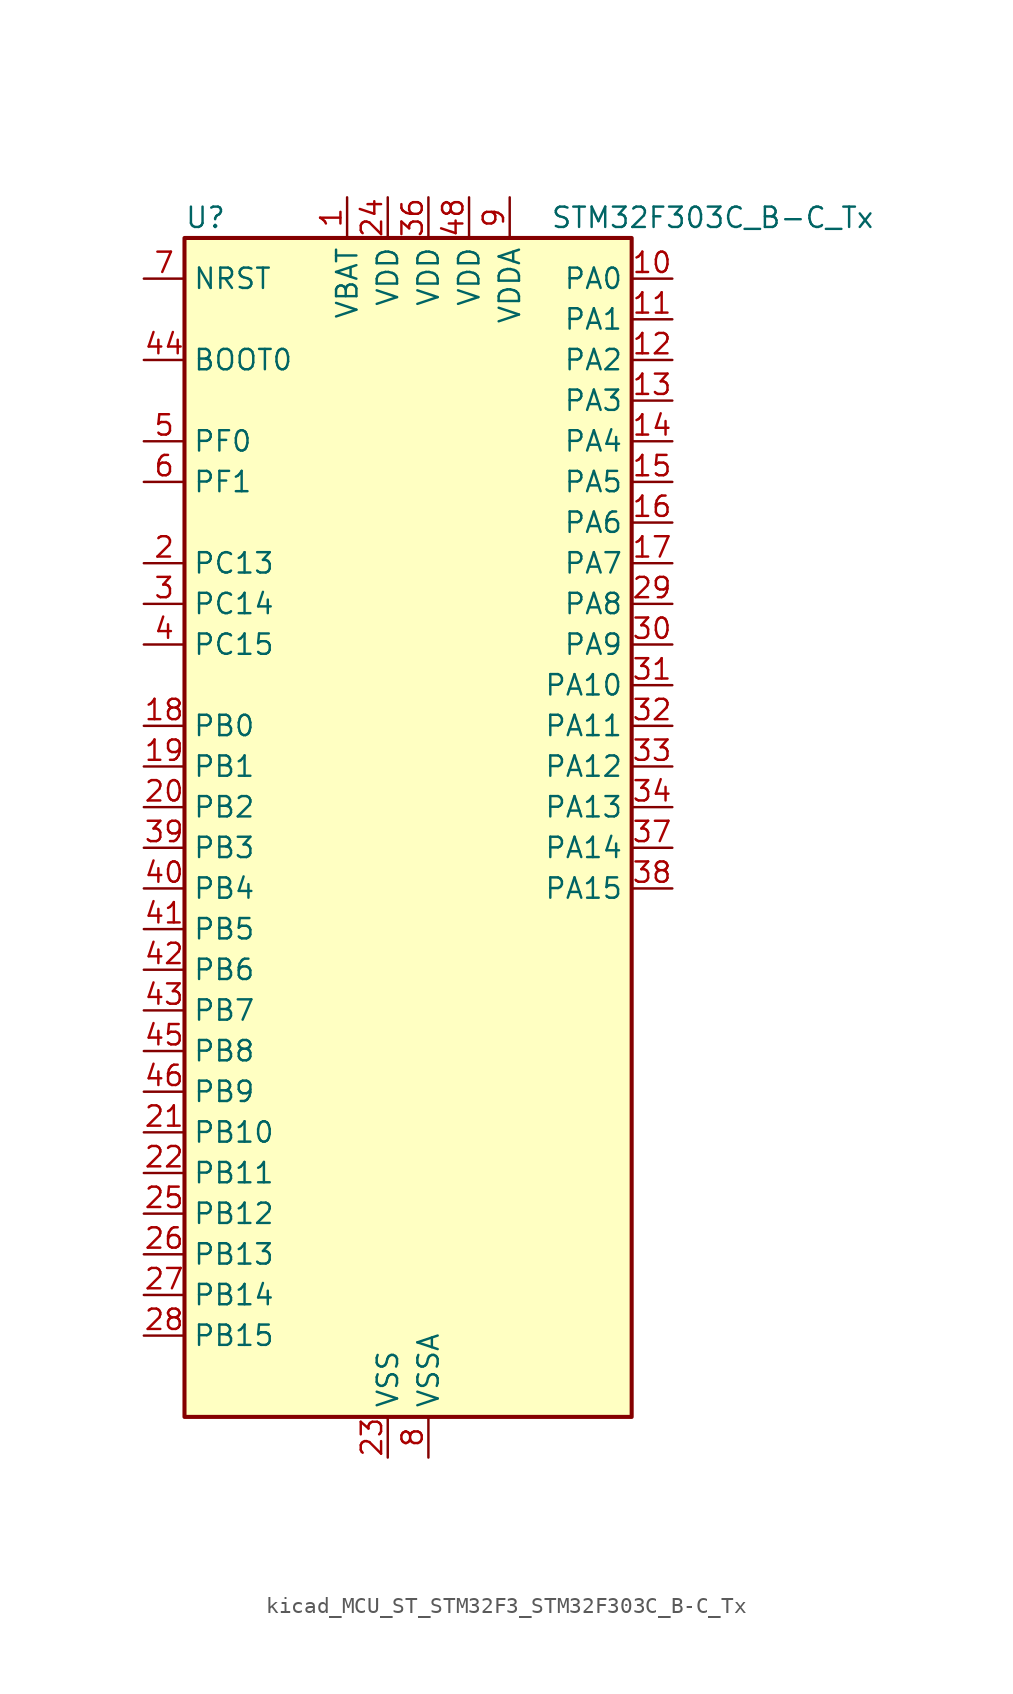
<source format=kicad_sym>
(kicad_symbol_lib
  (version 20220914)
  (generator kicad_symbol_editor)
  (symbol "kicad_MCU_ST_STM32F3_STM32F303C_B-C_Tx"
    (property "Reference" "U"
      (at -12.7 39.37 0)
      (effects (font (size 1.27 1.27)) (justify left)))
    (property "Value" "STM32F303C_B-C_Tx"
      (at 10.16 39.37 0)
      (effects (font (size 1.27 1.27)) (justify left)))
    (property "ki_locked" ""
      (at 0 0 0)
      (effects (font (size 1.27 1.27))))
    (symbol "kicad_MCU_ST_STM32F3_STM32F303C_B-C_Tx_0_1"
      (rectangle (start -12.7 -35.56) (end 15.24 38.1) (stroke (width 0.254) (type default)) (fill (type background))))
    (symbol "kicad_MCU_ST_STM32F3_STM32F303C_B-C_Tx_1_1"
      (pin power_in line (at -2.54 40.64 270) (length 2.54) (name "VBAT" (effects (font (size 1.27 1.27)))) (number "1" (effects (font (size 1.27 1.27)))))
      (pin bidirectional line (at 17.78 35.56 180) (length 2.54) (name "PA0" (effects (font (size 1.27 1.27)))) (number "10" (effects (font (size 1.27 1.27)))) (alternate "ADC1_IN1" bidirectional line) (alternate "COMP1_INM" bidirectional line) (alternate "COMP1_OUT" bidirectional line) (alternate "COMP7_INP" bidirectional line) (alternate "RTC_TAMP2" bidirectional line) (alternate "SYS_WKUP1" bidirectional line) (alternate "TIM2_CH1" bidirectional line) (alternate "TIM2_ETR" bidirectional line) (alternate "TIM8_BKIN" bidirectional line) (alternate "TIM8_ETR" bidirectional line) (alternate "TSC_G1_IO1" bidirectional line) (alternate "USART2_CTS" bidirectional line))
      (pin bidirectional line (at 17.78 33.02 180) (length 2.54) (name "PA1" (effects (font (size 1.27 1.27)))) (number "11" (effects (font (size 1.27 1.27)))) (alternate "ADC1_IN2" bidirectional line) (alternate "COMP1_INP" bidirectional line) (alternate "OPAMP1_VINP" bidirectional line) (alternate "OPAMP1_VINP_SEC" bidirectional line) (alternate "OPAMP3_VINP" bidirectional line) (alternate "OPAMP3_VINP_SEC" bidirectional line) (alternate "RTC_REFIN" bidirectional line) (alternate "TIM15_CH1N" bidirectional line) (alternate "TIM2_CH2" bidirectional line) (alternate "TSC_G1_IO2" bidirectional line) (alternate "USART2_DE" bidirectional line) (alternate "USART2_RTS" bidirectional line))
      (pin bidirectional line (at 17.78 30.48 180) (length 2.54) (name "PA2" (effects (font (size 1.27 1.27)))) (number "12" (effects (font (size 1.27 1.27)))) (alternate "ADC1_IN3" bidirectional line) (alternate "ADC3_EXTI2" bidirectional line) (alternate "ADC4_EXTI2" bidirectional line) (alternate "COMP2_INM" bidirectional line) (alternate "COMP2_OUT" bidirectional line) (alternate "OPAMP1_VOUT" bidirectional line) (alternate "TIM15_CH1" bidirectional line) (alternate "TIM2_CH3" bidirectional line) (alternate "TSC_G1_IO3" bidirectional line) (alternate "USART2_TX" bidirectional line))
      (pin bidirectional line (at 17.78 27.94 180) (length 2.54) (name "PA3" (effects (font (size 1.27 1.27)))) (number "13" (effects (font (size 1.27 1.27)))) (alternate "ADC1_IN4" bidirectional line) (alternate "COMP2_INP" bidirectional line) (alternate "OPAMP1_VINM" bidirectional line) (alternate "OPAMP1_VINM_SEC" bidirectional line) (alternate "OPAMP1_VINP" bidirectional line) (alternate "OPAMP1_VINP_SEC" bidirectional line) (alternate "TIM15_CH2" bidirectional line) (alternate "TIM2_CH4" bidirectional line) (alternate "TSC_G1_IO4" bidirectional line) (alternate "USART2_RX" bidirectional line))
      (pin bidirectional line (at 17.78 25.4 180) (length 2.54) (name "PA4" (effects (font (size 1.27 1.27)))) (number "14" (effects (font (size 1.27 1.27)))) (alternate "ADC2_IN1" bidirectional line) (alternate "COMP1_INM" bidirectional line) (alternate "COMP2_INM" bidirectional line) (alternate "COMP3_INM" bidirectional line) (alternate "COMP4_INM" bidirectional line) (alternate "COMP5_INM" bidirectional line) (alternate "COMP6_INM" bidirectional line) (alternate "COMP7_INM" bidirectional line) (alternate "DAC_OUT1" bidirectional line) (alternate "I2S3_WS" bidirectional line) (alternate "OPAMP4_VINP" bidirectional line) (alternate "OPAMP4_VINP_SEC" bidirectional line) (alternate "SPI1_NSS" bidirectional line) (alternate "SPI3_NSS" bidirectional line) (alternate "TIM3_CH2" bidirectional line) (alternate "TSC_G2_IO1" bidirectional line) (alternate "USART2_CK" bidirectional line))
      (pin bidirectional line (at 17.78 22.86 180) (length 2.54) (name "PA5" (effects (font (size 1.27 1.27)))) (number "15" (effects (font (size 1.27 1.27)))) (alternate "ADC2_IN2" bidirectional line) (alternate "COMP1_INM" bidirectional line) (alternate "COMP2_INM" bidirectional line) (alternate "COMP3_INM" bidirectional line) (alternate "COMP4_INM" bidirectional line) (alternate "COMP5_INM" bidirectional line) (alternate "COMP6_INM" bidirectional line) (alternate "COMP7_INM" bidirectional line) (alternate "DAC_OUT2" bidirectional line) (alternate "OPAMP1_VINP" bidirectional line) (alternate "OPAMP1_VINP_SEC" bidirectional line) (alternate "OPAMP2_VINM" bidirectional line) (alternate "OPAMP2_VINM_SEC" bidirectional line) (alternate "OPAMP3_VINP" bidirectional line) (alternate "OPAMP3_VINP_SEC" bidirectional line) (alternate "SPI1_SCK" bidirectional line) (alternate "TIM2_CH1" bidirectional line) (alternate "TIM2_ETR" bidirectional line) (alternate "TSC_G2_IO2" bidirectional line))
      (pin bidirectional line (at 17.78 20.32 180) (length 2.54) (name "PA6" (effects (font (size 1.27 1.27)))) (number "16" (effects (font (size 1.27 1.27)))) (alternate "ADC2_IN3" bidirectional line) (alternate "COMP1_OUT" bidirectional line) (alternate "OPAMP2_VOUT" bidirectional line) (alternate "SPI1_MISO" bidirectional line) (alternate "TIM16_CH1" bidirectional line) (alternate "TIM1_BKIN" bidirectional line) (alternate "TIM3_CH1" bidirectional line) (alternate "TIM8_BKIN" bidirectional line) (alternate "TSC_G2_IO3" bidirectional line))
      (pin bidirectional line (at 17.78 17.78 180) (length 2.54) (name "PA7" (effects (font (size 1.27 1.27)))) (number "17" (effects (font (size 1.27 1.27)))) (alternate "ADC2_IN4" bidirectional line) (alternate "COMP2_INP" bidirectional line) (alternate "COMP2_OUT" bidirectional line) (alternate "OPAMP1_VINP" bidirectional line) (alternate "OPAMP1_VINP_SEC" bidirectional line) (alternate "OPAMP2_VINP" bidirectional line) (alternate "OPAMP2_VINP_SEC" bidirectional line) (alternate "SPI1_MOSI" bidirectional line) (alternate "TIM17_CH1" bidirectional line) (alternate "TIM1_CH1N" bidirectional line) (alternate "TIM3_CH2" bidirectional line) (alternate "TIM8_CH1N" bidirectional line) (alternate "TSC_G2_IO4" bidirectional line))
      (pin bidirectional line (at -15.24 7.62 0) (length 2.54) (name "PB0" (effects (font (size 1.27 1.27)))) (number "18" (effects (font (size 1.27 1.27)))) (alternate "ADC3_IN12" bidirectional line) (alternate "COMP4_INP" bidirectional line) (alternate "OPAMP2_VINP" bidirectional line) (alternate "OPAMP2_VINP_SEC" bidirectional line) (alternate "OPAMP3_VINP" bidirectional line) (alternate "OPAMP3_VINP_SEC" bidirectional line) (alternate "TIM1_CH2N" bidirectional line) (alternate "TIM3_CH3" bidirectional line) (alternate "TIM8_CH2N" bidirectional line) (alternate "TSC_G3_IO2" bidirectional line))
      (pin bidirectional line (at -15.24 5.08 0) (length 2.54) (name "PB1" (effects (font (size 1.27 1.27)))) (number "19" (effects (font (size 1.27 1.27)))) (alternate "ADC3_IN1" bidirectional line) (alternate "COMP4_OUT" bidirectional line) (alternate "OPAMP3_VOUT" bidirectional line) (alternate "TIM1_CH3N" bidirectional line) (alternate "TIM3_CH4" bidirectional line) (alternate "TIM8_CH3N" bidirectional line) (alternate "TSC_G3_IO3" bidirectional line))
      (pin bidirectional line (at -15.24 17.78 0) (length 2.54) (name "PC13" (effects (font (size 1.27 1.27)))) (number "2" (effects (font (size 1.27 1.27)))) (alternate "RTC_OUT_ALARM" bidirectional line) (alternate "RTC_OUT_CALIB" bidirectional line) (alternate "RTC_TAMP1" bidirectional line) (alternate "RTC_TS" bidirectional line) (alternate "SYS_WKUP2" bidirectional line) (alternate "TIM1_CH1N" bidirectional line))
      (pin bidirectional line (at -15.24 2.54 0) (length 2.54) (name "PB2" (effects (font (size 1.27 1.27)))) (number "20" (effects (font (size 1.27 1.27)))) (alternate "ADC2_IN12" bidirectional line) (alternate "ADC3_EXTI2" bidirectional line) (alternate "ADC4_EXTI2" bidirectional line) (alternate "COMP4_INM" bidirectional line) (alternate "OPAMP3_VINM" bidirectional line) (alternate "OPAMP3_VINM_SEC" bidirectional line) (alternate "TSC_G3_IO4" bidirectional line))
      (pin bidirectional line (at -15.24 -17.78 0) (length 2.54) (name "PB10" (effects (font (size 1.27 1.27)))) (number "21" (effects (font (size 1.27 1.27)))) (alternate "COMP5_INM" bidirectional line) (alternate "OPAMP3_VINM" bidirectional line) (alternate "OPAMP3_VINM_SEC" bidirectional line) (alternate "OPAMP4_VINM" bidirectional line) (alternate "OPAMP4_VINM_SEC" bidirectional line) (alternate "TIM2_CH3" bidirectional line) (alternate "TSC_SYNC" bidirectional line) (alternate "USART3_TX" bidirectional line))
      (pin bidirectional line (at -15.24 -20.32 0) (length 2.54) (name "PB11" (effects (font (size 1.27 1.27)))) (number "22" (effects (font (size 1.27 1.27)))) (alternate "ADC1_EXTI11" bidirectional line) (alternate "ADC2_EXTI11" bidirectional line) (alternate "COMP6_INP" bidirectional line) (alternate "OPAMP4_VINP" bidirectional line) (alternate "OPAMP4_VINP_SEC" bidirectional line) (alternate "TIM2_CH4" bidirectional line) (alternate "TSC_G6_IO1" bidirectional line) (alternate "USART3_RX" bidirectional line))
      (pin power_in line (at 0 -38.1 90) (length 2.54) (name "VSS" (effects (font (size 1.27 1.27)))) (number "23" (effects (font (size 1.27 1.27)))))
      (pin power_in line (at 0 40.64 270) (length 2.54) (name "VDD" (effects (font (size 1.27 1.27)))) (number "24" (effects (font (size 1.27 1.27)))))
      (pin bidirectional line (at -15.24 -22.86 0) (length 2.54) (name "PB12" (effects (font (size 1.27 1.27)))) (number "25" (effects (font (size 1.27 1.27)))) (alternate "ADC4_IN3" bidirectional line) (alternate "COMP3_INM" bidirectional line) (alternate "I2C2_SMBA" bidirectional line) (alternate "I2S2_WS" bidirectional line) (alternate "OPAMP4_VOUT" bidirectional line) (alternate "SPI2_NSS" bidirectional line) (alternate "TIM1_BKIN" bidirectional line) (alternate "TSC_G6_IO2" bidirectional line) (alternate "USART3_CK" bidirectional line))
      (pin bidirectional line (at -15.24 -25.4 0) (length 2.54) (name "PB13" (effects (font (size 1.27 1.27)))) (number "26" (effects (font (size 1.27 1.27)))) (alternate "ADC3_IN5" bidirectional line) (alternate "COMP5_INP" bidirectional line) (alternate "I2S2_CK" bidirectional line) (alternate "OPAMP3_VINP" bidirectional line) (alternate "OPAMP3_VINP_SEC" bidirectional line) (alternate "OPAMP4_VINP" bidirectional line) (alternate "OPAMP4_VINP_SEC" bidirectional line) (alternate "SPI2_SCK" bidirectional line) (alternate "TIM1_CH1N" bidirectional line) (alternate "TSC_G6_IO3" bidirectional line) (alternate "USART3_CTS" bidirectional line))
      (pin bidirectional line (at -15.24 -27.94 0) (length 2.54) (name "PB14" (effects (font (size 1.27 1.27)))) (number "27" (effects (font (size 1.27 1.27)))) (alternate "ADC4_IN4" bidirectional line) (alternate "COMP3_INP" bidirectional line) (alternate "I2S2_ext_SD" bidirectional line) (alternate "OPAMP2_VINP" bidirectional line) (alternate "OPAMP2_VINP_SEC" bidirectional line) (alternate "SPI2_MISO" bidirectional line) (alternate "TIM15_CH1" bidirectional line) (alternate "TIM1_CH2N" bidirectional line) (alternate "TSC_G6_IO4" bidirectional line) (alternate "USART3_DE" bidirectional line) (alternate "USART3_RTS" bidirectional line))
      (pin bidirectional line (at -15.24 -30.48 0) (length 2.54) (name "PB15" (effects (font (size 1.27 1.27)))) (number "28" (effects (font (size 1.27 1.27)))) (alternate "ADC1_EXTI15" bidirectional line) (alternate "ADC2_EXTI15" bidirectional line) (alternate "ADC4_IN5" bidirectional line) (alternate "COMP6_INM" bidirectional line) (alternate "I2S2_SD" bidirectional line) (alternate "RTC_REFIN" bidirectional line) (alternate "SPI2_MOSI" bidirectional line) (alternate "TIM15_CH1N" bidirectional line) (alternate "TIM15_CH2" bidirectional line) (alternate "TIM1_CH3N" bidirectional line))
      (pin bidirectional line (at 17.78 15.24 180) (length 2.54) (name "PA8" (effects (font (size 1.27 1.27)))) (number "29" (effects (font (size 1.27 1.27)))) (alternate "COMP3_OUT" bidirectional line) (alternate "I2C2_SMBA" bidirectional line) (alternate "I2S2_MCK" bidirectional line) (alternate "RCC_MCO" bidirectional line) (alternate "TIM1_CH1" bidirectional line) (alternate "TIM4_ETR" bidirectional line) (alternate "USART1_CK" bidirectional line))
      (pin bidirectional line (at -15.24 15.24 0) (length 2.54) (name "PC14" (effects (font (size 1.27 1.27)))) (number "3" (effects (font (size 1.27 1.27)))) (alternate "RCC_OSC32_IN" bidirectional line))
      (pin bidirectional line (at 17.78 12.7 180) (length 2.54) (name "PA9" (effects (font (size 1.27 1.27)))) (number "30" (effects (font (size 1.27 1.27)))) (alternate "COMP5_OUT" bidirectional line) (alternate "DAC_EXTI9" bidirectional line) (alternate "I2C2_SCL" bidirectional line) (alternate "I2S3_MCK" bidirectional line) (alternate "TIM15_BKIN" bidirectional line) (alternate "TIM1_CH2" bidirectional line) (alternate "TIM2_CH3" bidirectional line) (alternate "TSC_G4_IO1" bidirectional line) (alternate "USART1_TX" bidirectional line))
      (pin bidirectional line (at 17.78 10.16 180) (length 2.54) (name "PA10" (effects (font (size 1.27 1.27)))) (number "31" (effects (font (size 1.27 1.27)))) (alternate "COMP6_OUT" bidirectional line) (alternate "I2C2_SDA" bidirectional line) (alternate "TIM17_BKIN" bidirectional line) (alternate "TIM1_CH3" bidirectional line) (alternate "TIM2_CH4" bidirectional line) (alternate "TIM8_BKIN" bidirectional line) (alternate "TSC_G4_IO2" bidirectional line) (alternate "USART1_RX" bidirectional line))
      (pin bidirectional line (at 17.78 7.62 180) (length 2.54) (name "PA11" (effects (font (size 1.27 1.27)))) (number "32" (effects (font (size 1.27 1.27)))) (alternate "ADC1_EXTI11" bidirectional line) (alternate "ADC2_EXTI11" bidirectional line) (alternate "CAN_RX" bidirectional line) (alternate "COMP1_OUT" bidirectional line) (alternate "TIM1_BKIN2" bidirectional line) (alternate "TIM1_CH1N" bidirectional line) (alternate "TIM1_CH4" bidirectional line) (alternate "TIM4_CH1" bidirectional line) (alternate "USART1_CTS" bidirectional line) (alternate "USB_DM" bidirectional line))
      (pin bidirectional line (at 17.78 5.08 180) (length 2.54) (name "PA12" (effects (font (size 1.27 1.27)))) (number "33" (effects (font (size 1.27 1.27)))) (alternate "CAN_TX" bidirectional line) (alternate "COMP2_OUT" bidirectional line) (alternate "TIM16_CH1" bidirectional line) (alternate "TIM1_CH2N" bidirectional line) (alternate "TIM1_ETR" bidirectional line) (alternate "TIM4_CH2" bidirectional line) (alternate "USART1_DE" bidirectional line) (alternate "USART1_RTS" bidirectional line) (alternate "USB_DP" bidirectional line))
      (pin bidirectional line (at 17.78 2.54 180) (length 2.54) (name "PA13" (effects (font (size 1.27 1.27)))) (number "34" (effects (font (size 1.27 1.27)))) (alternate "IR_OUT" bidirectional line) (alternate "SYS_JTMS-SWDIO" bidirectional line) (alternate "TIM16_CH1N" bidirectional line) (alternate "TIM4_CH3" bidirectional line) (alternate "TSC_G4_IO3" bidirectional line) (alternate "USART3_CTS" bidirectional line))
      (pin passive line (at 0 -38.1 90) (length 2.54) hide (name "VSS" (effects (font (size 1.27 1.27)))) (number "35" (effects (font (size 1.27 1.27)))))
      (pin power_in line (at 2.54 40.64 270) (length 2.54) (name "VDD" (effects (font (size 1.27 1.27)))) (number "36" (effects (font (size 1.27 1.27)))))
      (pin bidirectional line (at 17.78 0 180) (length 2.54) (name "PA14" (effects (font (size 1.27 1.27)))) (number "37" (effects (font (size 1.27 1.27)))) (alternate "I2C1_SDA" bidirectional line) (alternate "SYS_JTCK-SWCLK" bidirectional line) (alternate "TIM1_BKIN" bidirectional line) (alternate "TIM8_CH2" bidirectional line) (alternate "TSC_G4_IO4" bidirectional line) (alternate "USART2_TX" bidirectional line))
      (pin bidirectional line (at 17.78 -2.54 180) (length 2.54) (name "PA15" (effects (font (size 1.27 1.27)))) (number "38" (effects (font (size 1.27 1.27)))) (alternate "ADC1_EXTI15" bidirectional line) (alternate "ADC2_EXTI15" bidirectional line) (alternate "I2C1_SCL" bidirectional line) (alternate "I2S3_WS" bidirectional line) (alternate "SPI1_NSS" bidirectional line) (alternate "SPI3_NSS" bidirectional line) (alternate "SYS_JTDI" bidirectional line) (alternate "TIM1_BKIN" bidirectional line) (alternate "TIM2_CH1" bidirectional line) (alternate "TIM2_ETR" bidirectional line) (alternate "TIM8_CH1" bidirectional line) (alternate "USART2_RX" bidirectional line))
      (pin bidirectional line (at -15.24 0 0) (length 2.54) (name "PB3" (effects (font (size 1.27 1.27)))) (number "39" (effects (font (size 1.27 1.27)))) (alternate "I2S3_CK" bidirectional line) (alternate "SPI1_SCK" bidirectional line) (alternate "SPI3_SCK" bidirectional line) (alternate "SYS_JTDO-TRACESWO" bidirectional line) (alternate "TIM2_CH2" bidirectional line) (alternate "TIM3_ETR" bidirectional line) (alternate "TIM4_ETR" bidirectional line) (alternate "TIM8_CH1N" bidirectional line) (alternate "TSC_G5_IO1" bidirectional line) (alternate "USART2_TX" bidirectional line))
      (pin bidirectional line (at -15.24 12.7 0) (length 2.54) (name "PC15" (effects (font (size 1.27 1.27)))) (number "4" (effects (font (size 1.27 1.27)))) (alternate "ADC1_EXTI15" bidirectional line) (alternate "ADC2_EXTI15" bidirectional line) (alternate "RCC_OSC32_OUT" bidirectional line))
      (pin bidirectional line (at -15.24 -2.54 0) (length 2.54) (name "PB4" (effects (font (size 1.27 1.27)))) (number "40" (effects (font (size 1.27 1.27)))) (alternate "I2S3_ext_SD" bidirectional line) (alternate "SPI1_MISO" bidirectional line) (alternate "SPI3_MISO" bidirectional line) (alternate "SYS_NJTRST" bidirectional line) (alternate "TIM16_CH1" bidirectional line) (alternate "TIM17_BKIN" bidirectional line) (alternate "TIM3_CH1" bidirectional line) (alternate "TIM8_CH2N" bidirectional line) (alternate "TSC_G5_IO2" bidirectional line) (alternate "USART2_RX" bidirectional line))
      (pin bidirectional line (at -15.24 -5.08 0) (length 2.54) (name "PB5" (effects (font (size 1.27 1.27)))) (number "41" (effects (font (size 1.27 1.27)))) (alternate "I2C1_SMBA" bidirectional line) (alternate "I2S3_SD" bidirectional line) (alternate "SPI1_MOSI" bidirectional line) (alternate "SPI3_MOSI" bidirectional line) (alternate "TIM16_BKIN" bidirectional line) (alternate "TIM17_CH1" bidirectional line) (alternate "TIM3_CH2" bidirectional line) (alternate "TIM8_CH3N" bidirectional line) (alternate "USART2_CK" bidirectional line))
      (pin bidirectional line (at -15.24 -7.62 0) (length 2.54) (name "PB6" (effects (font (size 1.27 1.27)))) (number "42" (effects (font (size 1.27 1.27)))) (alternate "I2C1_SCL" bidirectional line) (alternate "TIM16_CH1N" bidirectional line) (alternate "TIM4_CH1" bidirectional line) (alternate "TIM8_BKIN2" bidirectional line) (alternate "TIM8_CH1" bidirectional line) (alternate "TIM8_ETR" bidirectional line) (alternate "TSC_G5_IO3" bidirectional line) (alternate "USART1_TX" bidirectional line))
      (pin bidirectional line (at -15.24 -10.16 0) (length 2.54) (name "PB7" (effects (font (size 1.27 1.27)))) (number "43" (effects (font (size 1.27 1.27)))) (alternate "I2C1_SDA" bidirectional line) (alternate "TIM17_CH1N" bidirectional line) (alternate "TIM3_CH4" bidirectional line) (alternate "TIM4_CH2" bidirectional line) (alternate "TIM8_BKIN" bidirectional line) (alternate "TSC_G5_IO4" bidirectional line) (alternate "USART1_RX" bidirectional line))
      (pin input line (at -15.24 30.48 0) (length 2.54) (name "BOOT0" (effects (font (size 1.27 1.27)))) (number "44" (effects (font (size 1.27 1.27)))))
      (pin bidirectional line (at -15.24 -12.7 0) (length 2.54) (name "PB8" (effects (font (size 1.27 1.27)))) (number "45" (effects (font (size 1.27 1.27)))) (alternate "CAN_RX" bidirectional line) (alternate "COMP1_OUT" bidirectional line) (alternate "I2C1_SCL" bidirectional line) (alternate "TIM16_CH1" bidirectional line) (alternate "TIM1_BKIN" bidirectional line) (alternate "TIM4_CH3" bidirectional line) (alternate "TIM8_CH2" bidirectional line) (alternate "TSC_SYNC" bidirectional line))
      (pin bidirectional line (at -15.24 -15.24 0) (length 2.54) (name "PB9" (effects (font (size 1.27 1.27)))) (number "46" (effects (font (size 1.27 1.27)))) (alternate "CAN_TX" bidirectional line) (alternate "COMP2_OUT" bidirectional line) (alternate "DAC_EXTI9" bidirectional line) (alternate "I2C1_SDA" bidirectional line) (alternate "IR_OUT" bidirectional line) (alternate "TIM17_CH1" bidirectional line) (alternate "TIM4_CH4" bidirectional line) (alternate "TIM8_CH3" bidirectional line))
      (pin passive line (at 0 -38.1 90) (length 2.54) hide (name "VSS" (effects (font (size 1.27 1.27)))) (number "47" (effects (font (size 1.27 1.27)))))
      (pin power_in line (at 5.08 40.64 270) (length 2.54) (name "VDD" (effects (font (size 1.27 1.27)))) (number "48" (effects (font (size 1.27 1.27)))))
      (pin bidirectional line (at -15.24 25.4 0) (length 2.54) (name "PF0" (effects (font (size 1.27 1.27)))) (number "5" (effects (font (size 1.27 1.27)))) (alternate "I2C2_SDA" bidirectional line) (alternate "RCC_OSC_IN" bidirectional line) (alternate "TIM1_CH3N" bidirectional line))
      (pin bidirectional line (at -15.24 22.86 0) (length 2.54) (name "PF1" (effects (font (size 1.27 1.27)))) (number "6" (effects (font (size 1.27 1.27)))) (alternate "I2C2_SCL" bidirectional line) (alternate "RCC_OSC_OUT" bidirectional line))
      (pin input line (at -15.24 35.56 0) (length 2.54) (name "NRST" (effects (font (size 1.27 1.27)))) (number "7" (effects (font (size 1.27 1.27)))))
      (pin power_in line (at 2.54 -38.1 90) (length 2.54) (name "VSSA" (effects (font (size 1.27 1.27)))) (number "8" (effects (font (size 1.27 1.27)))))
      (pin power_in line (at 7.62 40.64 270) (length 2.54) (name "VDDA" (effects (font (size 1.27 1.27)))) (number "9" (effects (font (size 1.27 1.27))))))))
</source>
